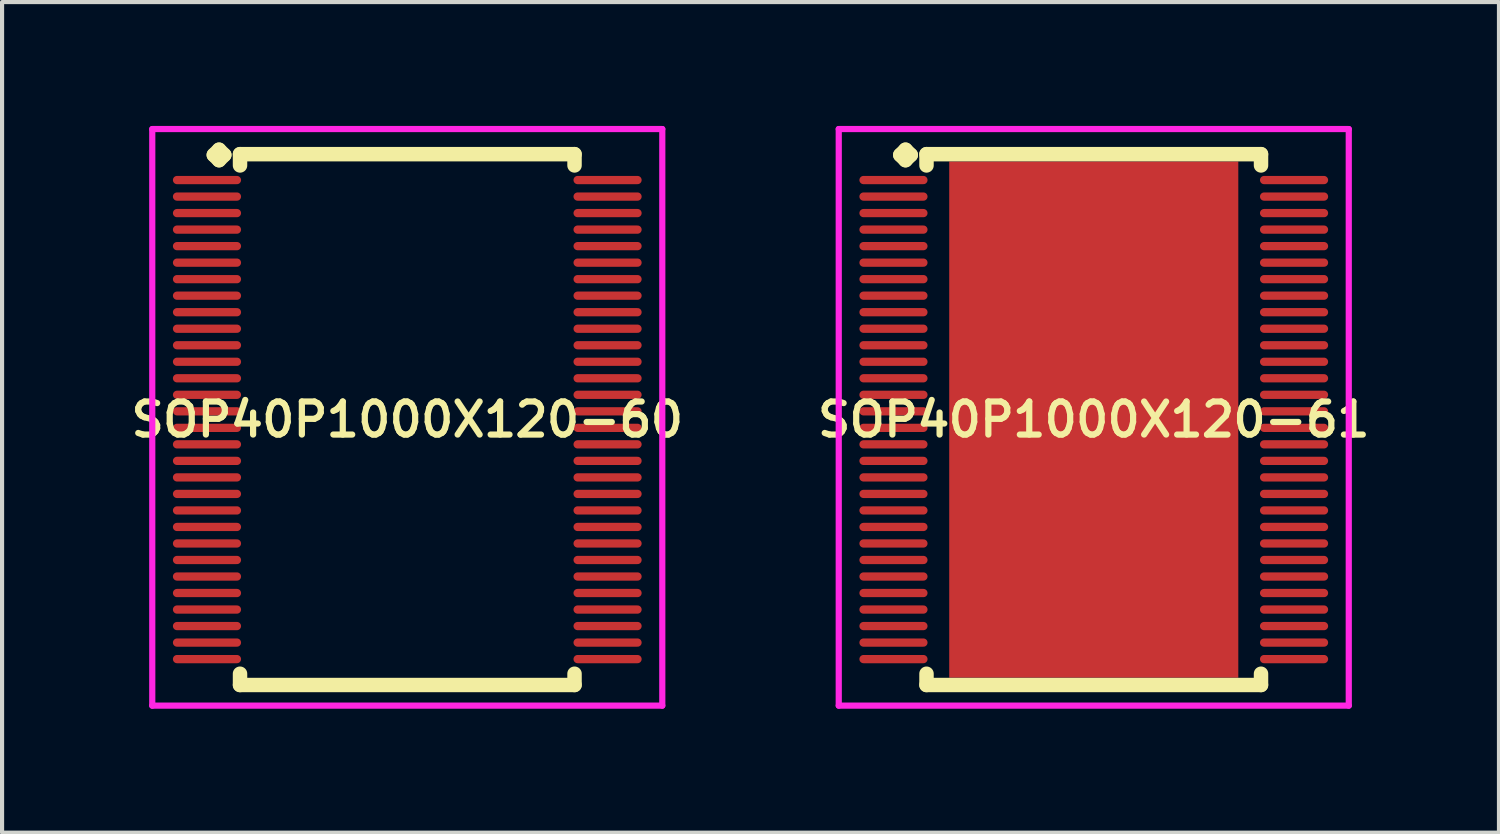
<source format=kicad_pcb>
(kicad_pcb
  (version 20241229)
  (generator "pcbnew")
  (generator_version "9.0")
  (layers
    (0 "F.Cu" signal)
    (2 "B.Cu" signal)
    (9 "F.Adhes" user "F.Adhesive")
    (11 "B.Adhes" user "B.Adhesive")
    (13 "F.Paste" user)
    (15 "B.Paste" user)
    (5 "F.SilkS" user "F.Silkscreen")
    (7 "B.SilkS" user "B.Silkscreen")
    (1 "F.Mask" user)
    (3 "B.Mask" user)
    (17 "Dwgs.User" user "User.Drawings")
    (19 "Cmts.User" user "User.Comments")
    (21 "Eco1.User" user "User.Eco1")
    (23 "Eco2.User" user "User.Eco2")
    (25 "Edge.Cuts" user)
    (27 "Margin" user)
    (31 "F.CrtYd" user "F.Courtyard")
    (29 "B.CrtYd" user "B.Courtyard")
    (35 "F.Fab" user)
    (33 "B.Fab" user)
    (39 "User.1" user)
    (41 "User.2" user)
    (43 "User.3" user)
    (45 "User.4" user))
  (footprint "SOP40P1000X120-61"
    (layer "F.Cu")
    (at 23.435 7.11)
    (property "Reference" "SOP40P1000X120-61" (at 0 0 0) (layer "F.SilkS") (effects (font (size 0.8 0.8) (thickness 0.15))))
    (attr smd)
    (fp_line (start -4.685 -6.408) (end -4.558 -6.535) (stroke (width 0.35) (type solid)) (layer "F.SilkS"))
    (fp_line (start -4.558 -6.535) (end -4.431 -6.408) (stroke (width 0.35) (type solid)) (layer "F.SilkS"))
    (fp_line (start -4.558 -6.281) (end -4.685 -6.408) (stroke (width 0.35) (type solid)) (layer "F.SilkS"))
    (fp_line (start -4.431 -6.408) (end -4.558 -6.281) (stroke (width 0.35) (type solid)) (layer "F.SilkS"))
    (fp_line (start -4.05 -6.427) (end 4.05 -6.427) (stroke (width 0.35) (type solid)) (layer "F.SilkS"))
    (fp_line (start -4.05 -6.154) (end -4.05 -6.427) (stroke (width 0.35) (type solid)) (layer "F.SilkS"))
    (fp_line (start -4.05 6.154) (end -4.05 6.427) (stroke (width 0.35) (type solid)) (layer "F.SilkS"))
    (fp_line (start -4.05 6.427) (end 4.05 6.427) (stroke (width 0.35) (type solid)) (layer "F.SilkS"))
    (fp_line (start 4.05 -6.427) (end 4.05 -6.154) (stroke (width 0.35) (type solid)) (layer "F.SilkS"))
    (fp_line (start 4.05 6.427) (end 4.05 6.154) (stroke (width 0.35) (type solid)) (layer "F.SilkS"))
    (fp_line (start -6.175 -7.035) (end 6.175 -7.035) (stroke (width 0.15) (type solid)) (layer "F.CrtYd"))
    (fp_line (start -6.175 6.927) (end -6.175 -7.035) (stroke (width 0.15) (type solid)) (layer "F.CrtYd"))
    (fp_line (start 6.175 -7.035) (end 6.175 6.927) (stroke (width 0.15) (type solid)) (layer "F.CrtYd"))
    (fp_line (start 6.175 6.927) (end -6.175 6.927) (stroke (width 0.15) (type solid)) (layer "F.CrtYd"))
    (pad "1" smd oval (at -4.85 -5.8) (size 1.65 0.2) (layers "F.Cu" "F.Mask" "F.Paste"))
    (pad "2" smd oval (at -4.85 -5.4) (size 1.65 0.2) (layers "F.Cu" "F.Mask" "F.Paste"))
    (pad "3" smd oval (at -4.85 -5) (size 1.65 0.2) (layers "F.Cu" "F.Mask" "F.Paste"))
    (pad "4" smd oval (at -4.85 -4.6) (size 1.65 0.2) (layers "F.Cu" "F.Mask" "F.Paste"))
    (pad "5" smd oval (at -4.85 -4.2) (size 1.65 0.2) (layers "F.Cu" "F.Mask" "F.Paste"))
    (pad "6" smd oval (at -4.85 -3.8) (size 1.65 0.2) (layers "F.Cu" "F.Mask" "F.Paste"))
    (pad "7" smd oval (at -4.85 -3.4) (size 1.65 0.2) (layers "F.Cu" "F.Mask" "F.Paste"))
    (pad "8" smd oval (at -4.85 -3) (size 1.65 0.2) (layers "F.Cu" "F.Mask" "F.Paste"))
    (pad "9" smd oval (at -4.85 -2.6) (size 1.65 0.2) (layers "F.Cu" "F.Mask" "F.Paste"))
    (pad "10" smd oval (at -4.85 -2.2) (size 1.65 0.2) (layers "F.Cu" "F.Mask" "F.Paste"))
    (pad "11" smd oval (at -4.85 -1.8) (size 1.65 0.2) (layers "F.Cu" "F.Mask" "F.Paste"))
    (pad "12" smd oval (at -4.85 -1.4) (size 1.65 0.2) (layers "F.Cu" "F.Mask" "F.Paste"))
    (pad "13" smd oval (at -4.85 -1) (size 1.65 0.2) (layers "F.Cu" "F.Mask" "F.Paste"))
    (pad "14" smd oval (at -4.85 -0.6) (size 1.65 0.2) (layers "F.Cu" "F.Mask" "F.Paste"))
    (pad "15" smd oval (at -4.85 -0.2) (size 1.65 0.2) (layers "F.Cu" "F.Mask" "F.Paste"))
    (pad "16" smd oval (at -4.85 0.2) (size 1.65 0.2) (layers "F.Cu" "F.Mask" "F.Paste"))
    (pad "17" smd oval (at -4.85 0.6) (size 1.65 0.2) (layers "F.Cu" "F.Mask" "F.Paste"))
    (pad "18" smd oval (at -4.85 1) (size 1.65 0.2) (layers "F.Cu" "F.Mask" "F.Paste"))
    (pad "19" smd oval (at -4.85 1.4) (size 1.65 0.2) (layers "F.Cu" "F.Mask" "F.Paste"))
    (pad "20" smd oval (at -4.85 1.8) (size 1.65 0.2) (layers "F.Cu" "F.Mask" "F.Paste"))
    (pad "21" smd oval (at -4.85 2.2) (size 1.65 0.2) (layers "F.Cu" "F.Mask" "F.Paste"))
    (pad "22" smd oval (at -4.85 2.6) (size 1.65 0.2) (layers "F.Cu" "F.Mask" "F.Paste"))
    (pad "23" smd oval (at -4.85 3) (size 1.65 0.2) (layers "F.Cu" "F.Mask" "F.Paste"))
    (pad "24" smd oval (at -4.85 3.4) (size 1.65 0.2) (layers "F.Cu" "F.Mask" "F.Paste"))
    (pad "25" smd oval (at -4.85 3.8) (size 1.65 0.2) (layers "F.Cu" "F.Mask" "F.Paste"))
    (pad "26" smd oval (at -4.85 4.2) (size 1.65 0.2) (layers "F.Cu" "F.Mask" "F.Paste"))
    (pad "27" smd oval (at -4.85 4.6) (size 1.65 0.2) (layers "F.Cu" "F.Mask" "F.Paste"))
    (pad "28" smd oval (at -4.85 5) (size 1.65 0.2) (layers "F.Cu" "F.Mask" "F.Paste"))
    (pad "29" smd oval (at -4.85 5.4) (size 1.65 0.2) (layers "F.Cu" "F.Mask" "F.Paste"))
    (pad "30" smd oval (at -4.85 5.8) (size 1.65 0.2) (layers "F.Cu" "F.Mask" "F.Paste"))
    (pad "31" smd oval (at 4.85 5.8) (size 1.65 0.2) (layers "F.Cu" "F.Mask" "F.Paste"))
    (pad "32" smd oval (at 4.85 5.4) (size 1.65 0.2) (layers "F.Cu" "F.Mask" "F.Paste"))
    (pad "33" smd oval (at 4.85 5) (size 1.65 0.2) (layers "F.Cu" "F.Mask" "F.Paste"))
    (pad "34" smd oval (at 4.85 4.6) (size 1.65 0.2) (layers "F.Cu" "F.Mask" "F.Paste"))
    (pad "35" smd oval (at 4.85 4.2) (size 1.65 0.2) (layers "F.Cu" "F.Mask" "F.Paste"))
    (pad "36" smd oval (at 4.85 3.8) (size 1.65 0.2) (layers "F.Cu" "F.Mask" "F.Paste"))
    (pad "37" smd oval (at 4.85 3.4) (size 1.65 0.2) (layers "F.Cu" "F.Mask" "F.Paste"))
    (pad "38" smd oval (at 4.85 3) (size 1.65 0.2) (layers "F.Cu" "F.Mask" "F.Paste"))
    (pad "39" smd oval (at 4.85 2.6) (size 1.65 0.2) (layers "F.Cu" "F.Mask" "F.Paste"))
    (pad "40" smd oval (at 4.85 2.2) (size 1.65 0.2) (layers "F.Cu" "F.Mask" "F.Paste"))
    (pad "41" smd oval (at 4.85 1.8) (size 1.65 0.2) (layers "F.Cu" "F.Mask" "F.Paste"))
    (pad "42" smd oval (at 4.85 1.4) (size 1.65 0.2) (layers "F.Cu" "F.Mask" "F.Paste"))
    (pad "43" smd oval (at 4.85 1) (size 1.65 0.2) (layers "F.Cu" "F.Mask" "F.Paste"))
    (pad "44" smd oval (at 4.85 0.6) (size 1.65 0.2) (layers "F.Cu" "F.Mask" "F.Paste"))
    (pad "45" smd oval (at 4.85 0.2) (size 1.65 0.2) (layers "F.Cu" "F.Mask" "F.Paste"))
    (pad "46" smd oval (at 4.85 -0.2) (size 1.65 0.2) (layers "F.Cu" "F.Mask" "F.Paste"))
    (pad "47" smd oval (at 4.85 -0.6) (size 1.65 0.2) (layers "F.Cu" "F.Mask" "F.Paste"))
    (pad "48" smd oval (at 4.85 -1) (size 1.65 0.2) (layers "F.Cu" "F.Mask" "F.Paste"))
    (pad "49" smd oval (at 4.85 -1.4) (size 1.65 0.2) (layers "F.Cu" "F.Mask" "F.Paste"))
    (pad "50" smd oval (at 4.85 -1.8) (size 1.65 0.2) (layers "F.Cu" "F.Mask" "F.Paste"))
    (pad "51" smd oval (at 4.85 -2.2) (size 1.65 0.2) (layers "F.Cu" "F.Mask" "F.Paste"))
    (pad "52" smd oval (at 4.85 -2.6) (size 1.65 0.2) (layers "F.Cu" "F.Mask" "F.Paste"))
    (pad "53" smd oval (at 4.85 -3) (size 1.65 0.2) (layers "F.Cu" "F.Mask" "F.Paste"))
    (pad "54" smd oval (at 4.85 -3.4) (size 1.65 0.2) (layers "F.Cu" "F.Mask" "F.Paste"))
    (pad "55" smd oval (at 4.85 -3.8) (size 1.65 0.2) (layers "F.Cu" "F.Mask" "F.Paste"))
    (pad "56" smd oval (at 4.85 -4.2) (size 1.65 0.2) (layers "F.Cu" "F.Mask" "F.Paste"))
    (pad "57" smd oval (at 4.85 -4.6) (size 1.65 0.2) (layers "F.Cu" "F.Mask" "F.Paste"))
    (pad "58" smd oval (at 4.85 -5) (size 1.65 0.2) (layers "F.Cu" "F.Mask" "F.Paste"))
    (pad "59" smd oval (at 4.85 -5.4) (size 1.65 0.2) (layers "F.Cu" "F.Mask" "F.Paste"))
    (pad "60" smd oval (at 4.85 -5.8) (size 1.65 0.2) (layers "F.Cu" "F.Mask" "F.Paste"))
    (pad "61" smd rect (at 0 0) (size 7 12.5) (layers "F.Cu" "F.Mask" "F.Paste")))
  (footprint "SOP40P1000X120-60"
    (layer "F.Cu")
    (at 6.812 7.11)
    (property "Reference" "SOP40P1000X120-60" (at 0 0 0) (layer "F.SilkS") (effects (font (size 0.8 0.8) (thickness 0.15))))
    (attr through_hole)
    (fp_line (start -4.685 -6.408) (end -4.558 -6.535) (stroke (width 0.35) (type solid)) (layer "F.SilkS"))
    (fp_line (start -4.558 -6.535) (end -4.431 -6.408) (stroke (width 0.35) (type solid)) (layer "F.SilkS"))
    (fp_line (start -4.558 -6.281) (end -4.685 -6.408) (stroke (width 0.35) (type solid)) (layer "F.SilkS"))
    (fp_line (start -4.431 -6.408) (end -4.558 -6.281) (stroke (width 0.35) (type solid)) (layer "F.SilkS"))
    (fp_line (start -4.05 -6.427) (end 4.05 -6.427) (stroke (width 0.35) (type solid)) (layer "F.SilkS"))
    (fp_line (start -4.05 -6.154) (end -4.05 -6.427) (stroke (width 0.35) (type solid)) (layer "F.SilkS"))
    (fp_line (start -4.05 6.154) (end -4.05 6.427) (stroke (width 0.35) (type solid)) (layer "F.SilkS"))
    (fp_line (start -4.05 6.427) (end 4.05 6.427) (stroke (width 0.35) (type solid)) (layer "F.SilkS"))
    (fp_line (start 4.05 -6.427) (end 4.05 -6.154) (stroke (width 0.35) (type solid)) (layer "F.SilkS"))
    (fp_line (start 4.05 6.427) (end 4.05 6.154) (stroke (width 0.35) (type solid)) (layer "F.SilkS"))
    (fp_line (start -6.175 -7.035) (end 6.175 -7.035) (stroke (width 0.15) (type solid)) (layer "F.CrtYd"))
    (fp_line (start -6.175 6.927) (end -6.175 -7.035) (stroke (width 0.15) (type solid)) (layer "F.CrtYd"))
    (fp_line (start 6.175 -7.035) (end 6.175 6.927) (stroke (width 0.15) (type solid)) (layer "F.CrtYd"))
    (fp_line (start 6.175 6.927) (end -6.175 6.927) (stroke (width 0.15) (type solid)) (layer "F.CrtYd"))
    (pad "1" smd oval (at -4.85 -5.8) (size 1.65 0.2) (layers "F.Cu" "F.Mask" "F.Paste"))
    (pad "2" smd oval (at -4.85 -5.4) (size 1.65 0.2) (layers "F.Cu" "F.Mask" "F.Paste"))
    (pad "3" smd oval (at -4.85 -5) (size 1.65 0.2) (layers "F.Cu" "F.Mask" "F.Paste"))
    (pad "4" smd oval (at -4.85 -4.6) (size 1.65 0.2) (layers "F.Cu" "F.Mask" "F.Paste"))
    (pad "5" smd oval (at -4.85 -4.2) (size 1.65 0.2) (layers "F.Cu" "F.Mask" "F.Paste"))
    (pad "6" smd oval (at -4.85 -3.8) (size 1.65 0.2) (layers "F.Cu" "F.Mask" "F.Paste"))
    (pad "7" smd oval (at -4.85 -3.4) (size 1.65 0.2) (layers "F.Cu" "F.Mask" "F.Paste"))
    (pad "8" smd oval (at -4.85 -3) (size 1.65 0.2) (layers "F.Cu" "F.Mask" "F.Paste"))
    (pad "9" smd oval (at -4.85 -2.6) (size 1.65 0.2) (layers "F.Cu" "F.Mask" "F.Paste"))
    (pad "10" smd oval (at -4.85 -2.2) (size 1.65 0.2) (layers "F.Cu" "F.Mask" "F.Paste"))
    (pad "11" smd oval (at -4.85 -1.8) (size 1.65 0.2) (layers "F.Cu" "F.Mask" "F.Paste"))
    (pad "12" smd oval (at -4.85 -1.4) (size 1.65 0.2) (layers "F.Cu" "F.Mask" "F.Paste"))
    (pad "13" smd oval (at -4.85 -1) (size 1.65 0.2) (layers "F.Cu" "F.Mask" "F.Paste"))
    (pad "14" smd oval (at -4.85 -0.6) (size 1.65 0.2) (layers "F.Cu" "F.Mask" "F.Paste"))
    (pad "15" smd oval (at -4.85 -0.2) (size 1.65 0.2) (layers "F.Cu" "F.Mask" "F.Paste"))
    (pad "16" smd oval (at -4.85 0.2) (size 1.65 0.2) (layers "F.Cu" "F.Mask" "F.Paste"))
    (pad "17" smd oval (at -4.85 0.6) (size 1.65 0.2) (layers "F.Cu" "F.Mask" "F.Paste"))
    (pad "18" smd oval (at -4.85 1) (size 1.65 0.2) (layers "F.Cu" "F.Mask" "F.Paste"))
    (pad "19" smd oval (at -4.85 1.4) (size 1.65 0.2) (layers "F.Cu" "F.Mask" "F.Paste"))
    (pad "20" smd oval (at -4.85 1.8) (size 1.65 0.2) (layers "F.Cu" "F.Mask" "F.Paste"))
    (pad "21" smd oval (at -4.85 2.2) (size 1.65 0.2) (layers "F.Cu" "F.Mask" "F.Paste"))
    (pad "22" smd oval (at -4.85 2.6) (size 1.65 0.2) (layers "F.Cu" "F.Mask" "F.Paste"))
    (pad "23" smd oval (at -4.85 3) (size 1.65 0.2) (layers "F.Cu" "F.Mask" "F.Paste"))
    (pad "24" smd oval (at -4.85 3.4) (size 1.65 0.2) (layers "F.Cu" "F.Mask" "F.Paste"))
    (pad "25" smd oval (at -4.85 3.8) (size 1.65 0.2) (layers "F.Cu" "F.Mask" "F.Paste"))
    (pad "26" smd oval (at -4.85 4.2) (size 1.65 0.2) (layers "F.Cu" "F.Mask" "F.Paste"))
    (pad "27" smd oval (at -4.85 4.6) (size 1.65 0.2) (layers "F.Cu" "F.Mask" "F.Paste"))
    (pad "28" smd oval (at -4.85 5) (size 1.65 0.2) (layers "F.Cu" "F.Mask" "F.Paste"))
    (pad "29" smd oval (at -4.85 5.4) (size 1.65 0.2) (layers "F.Cu" "F.Mask" "F.Paste"))
    (pad "30" smd oval (at -4.85 5.8) (size 1.65 0.2) (layers "F.Cu" "F.Mask" "F.Paste"))
    (pad "31" smd oval (at 4.85 5.8) (size 1.65 0.2) (layers "F.Cu" "F.Mask" "F.Paste"))
    (pad "32" smd oval (at 4.85 5.4) (size 1.65 0.2) (layers "F.Cu" "F.Mask" "F.Paste"))
    (pad "33" smd oval (at 4.85 5) (size 1.65 0.2) (layers "F.Cu" "F.Mask" "F.Paste"))
    (pad "34" smd oval (at 4.85 4.6) (size 1.65 0.2) (layers "F.Cu" "F.Mask" "F.Paste"))
    (pad "35" smd oval (at 4.85 4.2) (size 1.65 0.2) (layers "F.Cu" "F.Mask" "F.Paste"))
    (pad "36" smd oval (at 4.85 3.8) (size 1.65 0.2) (layers "F.Cu" "F.Mask" "F.Paste"))
    (pad "37" smd oval (at 4.85 3.4) (size 1.65 0.2) (layers "F.Cu" "F.Mask" "F.Paste"))
    (pad "38" smd oval (at 4.85 3) (size 1.65 0.2) (layers "F.Cu" "F.Mask" "F.Paste"))
    (pad "39" smd oval (at 4.85 2.6) (size 1.65 0.2) (layers "F.Cu" "F.Mask" "F.Paste"))
    (pad "40" smd oval (at 4.85 2.2) (size 1.65 0.2) (layers "F.Cu" "F.Mask" "F.Paste"))
    (pad "41" smd oval (at 4.85 1.8) (size 1.65 0.2) (layers "F.Cu" "F.Mask" "F.Paste"))
    (pad "42" smd oval (at 4.85 1.4) (size 1.65 0.2) (layers "F.Cu" "F.Mask" "F.Paste"))
    (pad "43" smd oval (at 4.85 1) (size 1.65 0.2) (layers "F.Cu" "F.Mask" "F.Paste"))
    (pad "44" smd oval (at 4.85 0.6) (size 1.65 0.2) (layers "F.Cu" "F.Mask" "F.Paste"))
    (pad "45" smd oval (at 4.85 0.2) (size 1.65 0.2) (layers "F.Cu" "F.Mask" "F.Paste"))
    (pad "46" smd oval (at 4.85 -0.2) (size 1.65 0.2) (layers "F.Cu" "F.Mask" "F.Paste"))
    (pad "47" smd oval (at 4.85 -0.6) (size 1.65 0.2) (layers "F.Cu" "F.Mask" "F.Paste"))
    (pad "48" smd oval (at 4.85 -1) (size 1.65 0.2) (layers "F.Cu" "F.Mask" "F.Paste"))
    (pad "49" smd oval (at 4.85 -1.4) (size 1.65 0.2) (layers "F.Cu" "F.Mask" "F.Paste"))
    (pad "50" smd oval (at 4.85 -1.8) (size 1.65 0.2) (layers "F.Cu" "F.Mask" "F.Paste"))
    (pad "51" smd oval (at 4.85 -2.2) (size 1.65 0.2) (layers "F.Cu" "F.Mask" "F.Paste"))
    (pad "52" smd oval (at 4.85 -2.6) (size 1.65 0.2) (layers "F.Cu" "F.Mask" "F.Paste"))
    (pad "53" smd oval (at 4.85 -3) (size 1.65 0.2) (layers "F.Cu" "F.Mask" "F.Paste"))
    (pad "54" smd oval (at 4.85 -3.4) (size 1.65 0.2) (layers "F.Cu" "F.Mask" "F.Paste"))
    (pad "55" smd oval (at 4.85 -3.8) (size 1.65 0.2) (layers "F.Cu" "F.Mask" "F.Paste"))
    (pad "56" smd oval (at 4.85 -4.2) (size 1.65 0.2) (layers "F.Cu" "F.Mask" "F.Paste"))
    (pad "57" smd oval (at 4.85 -4.6) (size 1.65 0.2) (layers "F.Cu" "F.Mask" "F.Paste"))
    (pad "58" smd oval (at 4.85 -5) (size 1.65 0.2) (layers "F.Cu" "F.Mask" "F.Paste"))
    (pad "59" smd oval (at 4.85 -5.4) (size 1.65 0.2) (layers "F.Cu" "F.Mask" "F.Paste"))
    (pad "60" smd oval (at 4.85 -5.8) (size 1.65 0.2) (layers "F.Cu" "F.Mask" "F.Paste")))
  (gr_rect
    (start -3 -3)
    (end 33.247 17.112)
    (stroke (width 0.1) (type default))
    (fill no)
    (layer "Edge.Cuts")))
</source>
